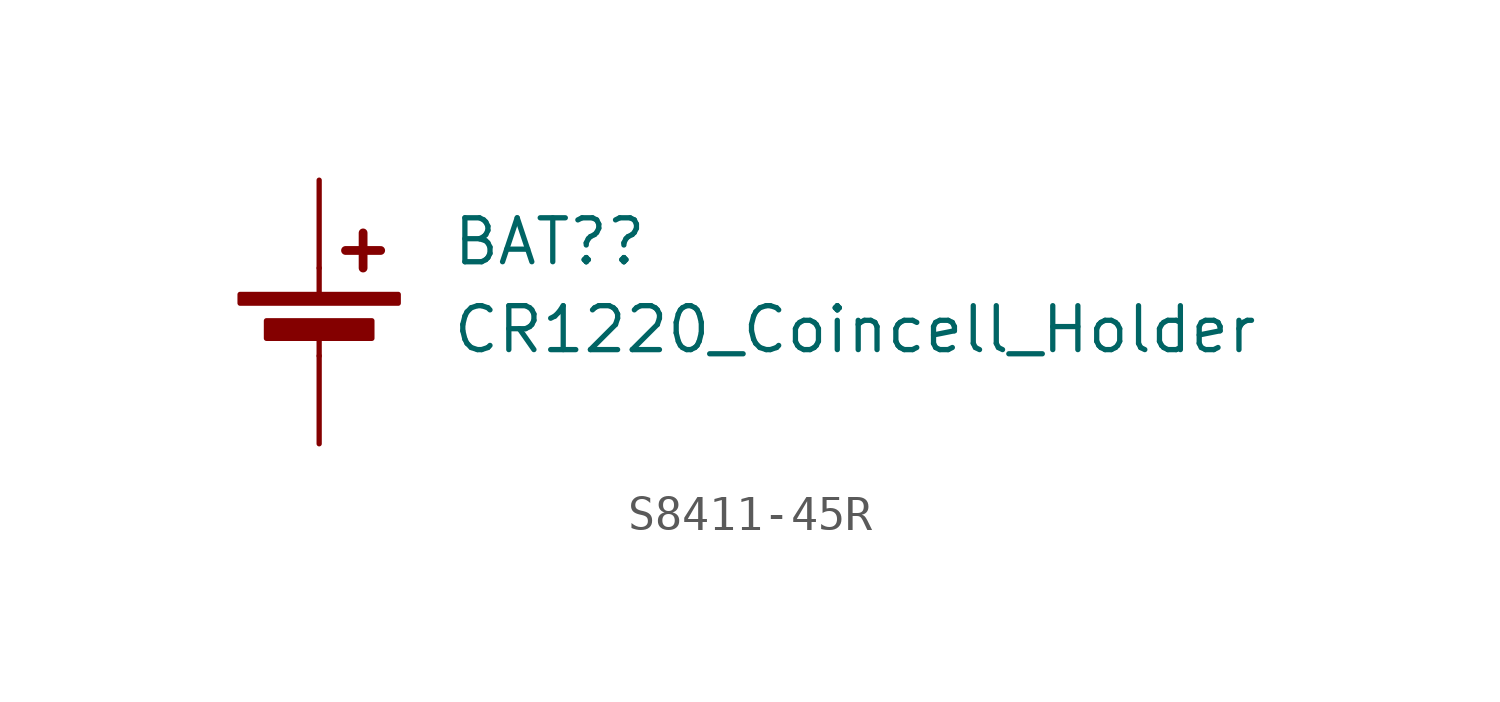
<source format=kicad_sym>
(kicad_symbol_lib
  (version 20220914)
  (generator kicad_symbol_editor)
  (symbol "S8411-45R"
    (pin_numbers hide)
    (pin_names
      (offset 0) hide)
    (property "Reference" "BAT?"
      (at 3.81 3.302 0)
      (effects (font (size 1.27 1.27)) (justify left)))
    (property "Value" "CR1220_Coincell_Holder"
      (at 3.81 0.762 0)
      (effects (font (size 1.27 1.27)) (justify left)))
    (symbol "S8411-45R_0_1"
      (rectangle (start -2.286 1.778) (end 2.286 1.524) (stroke (width 0) (type default)) (fill (type outline)))
      (rectangle (start -1.524 1.016) (end 1.524 0.508) (stroke (width 0) (type default)) (fill (type outline)))
      (polyline (pts (xy 0 0.762) (xy 0 0)) (stroke (width 0) (type default)) (fill (type none)))
      (polyline (pts (xy 0 1.778) (xy 0 2.54)) (stroke (width 0) (type default)) (fill (type none)))
      (polyline (pts (xy 0.762 3.048) (xy 1.778 3.048)) (stroke (width 0.254) (type default)) (fill (type none)))
      (polyline (pts (xy 1.27 3.556) (xy 1.27 2.54)) (stroke (width 0.254) (type default)) (fill (type none))))
    (symbol "S8411-45R_1_1"
      (pin power_out line (at 0 5.08 270) (length 2.54) (name "+" (effects (font (size 1.27 1.27)))) (number "+" (effects (font (size 1.27 1.27)))))
      (pin passive line (at 0 -2.54 90) (length 2.54) (name "-" (effects (font (size 1.27 1.27)))) (number "-" (effects (font (size 1.27 1.27))))))))
</source>
